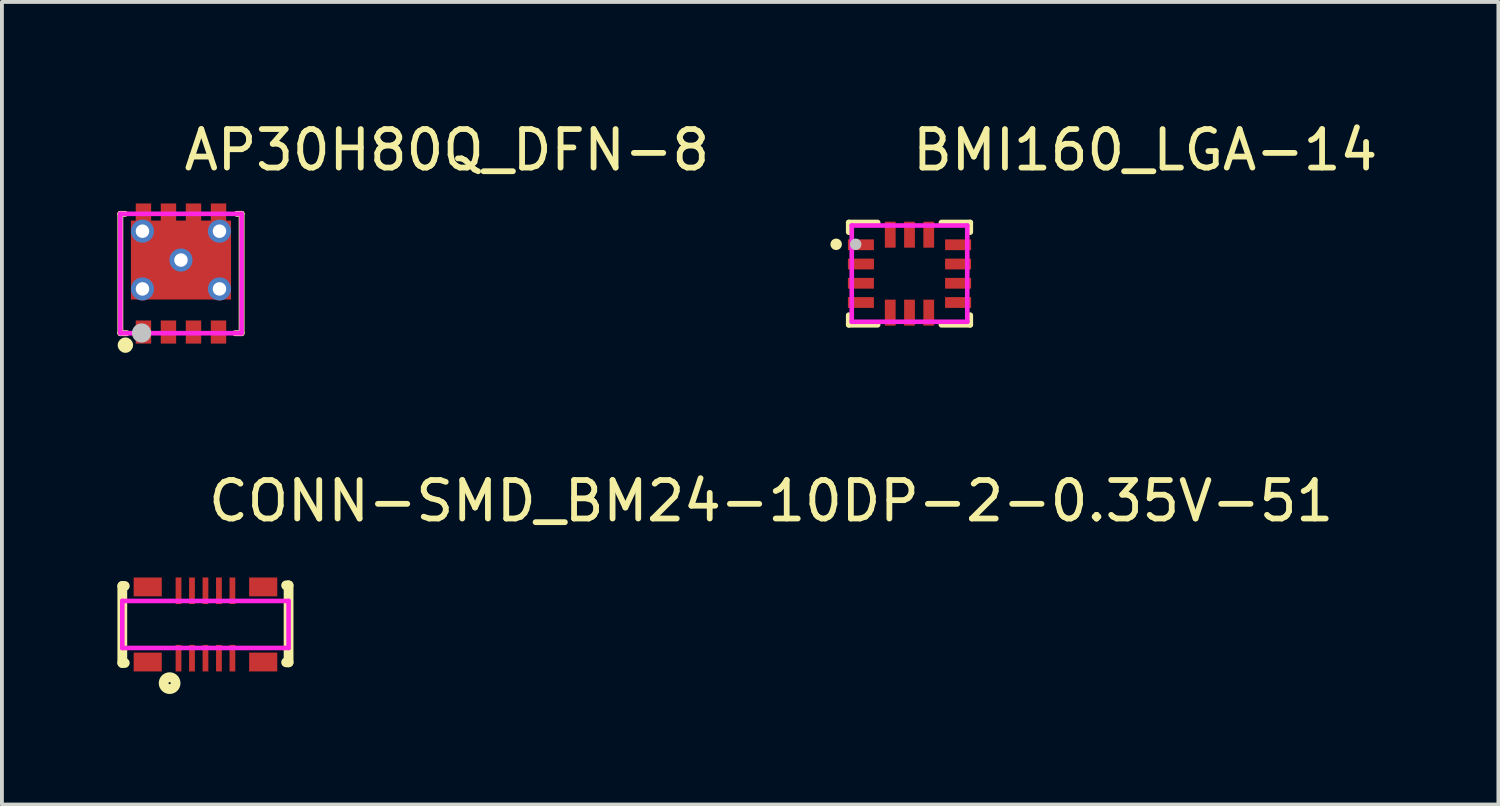
<source format=kicad_pcb>
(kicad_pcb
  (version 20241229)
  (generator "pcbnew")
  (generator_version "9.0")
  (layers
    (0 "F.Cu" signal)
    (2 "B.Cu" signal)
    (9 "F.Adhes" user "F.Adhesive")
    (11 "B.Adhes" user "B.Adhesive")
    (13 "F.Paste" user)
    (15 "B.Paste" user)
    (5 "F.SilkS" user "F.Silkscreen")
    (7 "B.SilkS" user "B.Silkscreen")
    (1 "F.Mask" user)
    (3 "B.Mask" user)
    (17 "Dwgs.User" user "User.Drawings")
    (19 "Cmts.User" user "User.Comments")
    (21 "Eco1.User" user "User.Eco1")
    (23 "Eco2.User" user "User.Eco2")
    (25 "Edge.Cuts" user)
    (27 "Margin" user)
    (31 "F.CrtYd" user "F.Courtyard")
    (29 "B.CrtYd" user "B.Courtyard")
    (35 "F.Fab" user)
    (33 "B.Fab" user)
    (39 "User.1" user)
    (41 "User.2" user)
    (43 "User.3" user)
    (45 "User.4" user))
  (footprint "CONN-SMD_BM24-10DP-2-0.35V-51"
    (layer "F.Cu")
    (at 2.287 13.171)
    (property "Reference" "CONN-SMD_BM24-10DP-2-0.35V-51" (at 0 -3.207 0) (layer "F.SilkS") (effects (font (size 1 1) (thickness 0.15)) (justify left)))
    (attr through_hole)
    (fp_line (start -2.16 -1) (end -2.16 1) (stroke (width 0.254) (type solid)) (layer "F.SilkS"))
    (fp_line (start -2.16 -1) (end -2.096 -1) (stroke (width 0.254) (type solid)) (layer "F.SilkS"))
    (fp_line (start -2.16 1) (end -2.096 1) (stroke (width 0.254) (type solid)) (layer "F.SilkS"))
    (fp_line (start 2.095 -1.016) (end 2.159 -1.016) (stroke (width 0.254) (type solid)) (layer "F.SilkS"))
    (fp_line (start 2.095 0.984) (end 2.159 0.984) (stroke (width 0.254) (type solid)) (layer "F.SilkS"))
    (fp_line (start 2.159 -1.016) (end 2.159 0.984) (stroke (width 0.254) (type solid)) (layer "F.SilkS"))
    (fp_circle (center -0.931 1.524) (end -0.903 1.524) (stroke (width 0.254) (type solid)) (fill no) (layer "F.SilkS"))
    (fp_circle (center -2.16 1.01) (end -2.13 1.01) (stroke (width 0.06) (type solid)) (fill no) (layer "Eco2.User"))
    (fp_poly (pts (xy -1.715 -0.46) (xy -1.715 -0.96) (xy -1.285 -0.96) (xy -1.285 -0.46)) (stroke (width 0.12) (type solid)) (fill no) (layer "Eco2.User"))
    (fp_poly (pts (xy -1.285 0.46) (xy -1.285 0.96) (xy -1.715 0.96) (xy -1.715 0.46)) (stroke (width 0.12) (type solid)) (fill no) (layer "Eco2.User"))
    (fp_poly (pts (xy -0.76 -1.01) (xy -0.64 -1.01) (xy -0.64 -0.51) (xy -0.76 -0.51)) (stroke (width 0.12) (type solid)) (fill no) (layer "Eco2.User"))
    (fp_poly (pts (xy -0.76 0.51) (xy -0.64 0.51) (xy -0.64 1.01) (xy -0.76 1.01)) (stroke (width 0.12) (type solid)) (fill no) (layer "Eco2.User"))
    (fp_poly (pts (xy -0.41 -1.01) (xy -0.29 -1.01) (xy -0.29 -0.51) (xy -0.41 -0.51)) (stroke (width 0.12) (type solid)) (fill no) (layer "Eco2.User"))
    (fp_poly (pts (xy -0.41 0.51) (xy -0.29 0.51) (xy -0.29 1.01) (xy -0.41 1.01)) (stroke (width 0.12) (type solid)) (fill no) (layer "Eco2.User"))
    (fp_poly (pts (xy -0.06 -1.01) (xy 0.06 -1.01) (xy 0.06 -0.51) (xy -0.06 -0.51)) (stroke (width 0.12) (type solid)) (fill no) (layer "Eco2.User"))
    (fp_poly (pts (xy -0.06 0.51) (xy 0.06 0.51) (xy 0.06 1.01) (xy -0.06 1.01)) (stroke (width 0.12) (type solid)) (fill no) (layer "Eco2.User"))
    (fp_poly (pts (xy 0.29 -1.01) (xy 0.41 -1.01) (xy 0.41 -0.51) (xy 0.29 -0.51)) (stroke (width 0.12) (type solid)) (fill no) (layer "Eco2.User"))
    (fp_poly (pts (xy 0.29 0.51) (xy 0.41 0.51) (xy 0.41 1.01) (xy 0.29 1.01)) (stroke (width 0.12) (type solid)) (fill no) (layer "Eco2.User"))
    (fp_poly (pts (xy 0.64 -1.01) (xy 0.76 -1.01) (xy 0.76 -0.51) (xy 0.64 -0.51)) (stroke (width 0.12) (type solid)) (fill no) (layer "Eco2.User"))
    (fp_poly (pts (xy 0.64 0.51) (xy 0.76 0.51) (xy 0.76 1.01) (xy 0.64 1.01)) (stroke (width 0.12) (type solid)) (fill no) (layer "Eco2.User"))
    (fp_poly (pts (xy 1.285 -0.46) (xy 1.285 -0.96) (xy 1.715 -0.96) (xy 1.715 -0.46)) (stroke (width 0.12) (type solid)) (fill no) (layer "Eco2.User"))
    (fp_poly (pts (xy 1.285 0.96) (xy 1.285 0.46) (xy 1.715 0.46) (xy 1.715 0.96)) (stroke (width 0.12) (type solid)) (fill no) (layer "Eco2.User"))
    (fp_line (start -2.16 -0.61) (end 2.16 -0.61) (stroke (width 0.12) (type solid)) (layer "F.CrtYd"))
    (fp_line (start -2.16 0.61) (end -2.16 -0.61) (stroke (width 0.12) (type solid)) (layer "F.CrtYd"))
    (fp_line (start 2.16 -0.61) (end 2.16 0.61) (stroke (width 0.12) (type solid)) (layer "F.CrtYd"))
    (fp_line (start 2.16 0.61) (end -2.16 0.61) (stroke (width 0.12) (type solid)) (layer "F.CrtYd"))
    (pad "1" smd rect (at -0.7 0.875) (size 0.15 0.69) (layers "F.Cu" "F.Mask" "F.Paste"))
    (pad "2" smd rect (at -0.35 0.875) (size 0.15 0.69) (layers "F.Cu" "F.Mask" "F.Paste"))
    (pad "3" smd rect (at 0 0.875) (size 0.15 0.69) (layers "F.Cu" "F.Mask" "F.Paste"))
    (pad "4" smd rect (at 0.35 0.875) (size 0.15 0.69) (layers "F.Cu" "F.Mask" "F.Paste"))
    (pad "5" smd rect (at 0.7 0.875) (size 0.15 0.69) (layers "F.Cu" "F.Mask" "F.Paste"))
    (pad "6" smd rect (at 0.7 -0.875) (size 0.15 0.69) (layers "F.Cu" "F.Mask" "F.Paste"))
    (pad "7" smd rect (at 0.35 -0.875) (size 0.15 0.69) (layers "F.Cu" "F.Mask" "F.Paste"))
    (pad "8" smd rect (at 0 -0.875) (size 0.15 0.69) (layers "F.Cu" "F.Mask" "F.Paste"))
    (pad "9" smd rect (at -0.35 -0.875) (size 0.15 0.69) (layers "F.Cu" "F.Mask" "F.Paste"))
    (pad "10" smd rect (at -0.7 -0.875) (size 0.15 0.69) (layers "F.Cu" "F.Mask" "F.Paste"))
    (pad "11" smd rect (at 1.5 -0.975) (size 0.73 0.49) (layers "F.Cu" "F.Mask" "F.Paste"))
    (pad "12" smd rect (at 1.5 0.975) (size 0.73 0.49) (layers "F.Cu" "F.Mask" "F.Paste"))
    (pad "13" smd rect (at -1.5 0.975) (size 0.73 0.49) (layers "F.Cu" "F.Mask" "F.Paste"))
    (pad "14" smd rect (at -1.5 -0.975) (size 0.73 0.49) (layers "F.Cu" "F.Mask" "F.Paste")))
  (footprint "AP30H80Q_DFN-8"
    (layer "F.Cu")
    (at 1.651 4.055)
    (property "Reference" "AP30H80Q_DFN-8" (at 0 -3.207 0) (layer "F.SilkS") (effects (font (size 1 1) (thickness 0.15)) (justify left)))
    (attr through_hole)
    (fp_line (start -1.575 -1.55) (end -1.45 -1.55) (stroke (width 0.152) (type solid)) (layer "F.SilkS"))
    (fp_line (start -1.575 1.55) (end -1.575 -1.55) (stroke (width 0.152) (type solid)) (layer "F.SilkS"))
    (fp_line (start -1.406 1.55) (end -1.575 1.55) (stroke (width 0.152) (type solid)) (layer "F.SilkS"))
    (fp_line (start 1.45 -1.55) (end 1.576 -1.55) (stroke (width 0.152) (type solid)) (layer "F.SilkS"))
    (fp_line (start 1.575 -1.55) (end 1.575 1.55) (stroke (width 0.152) (type solid)) (layer "F.SilkS"))
    (fp_line (start 1.575 1.55) (end 1.406 1.55) (stroke (width 0.152) (type solid)) (layer "F.SilkS"))
    (fp_circle (center -1.444 1.86) (end -1.344 1.86) (stroke (width 0.2) (type solid)) (fill no) (layer "F.SilkS"))
    (fp_poly (pts (xy -1.174 1.22) (xy -0.775 1.22) (xy -0.775 1.82) (xy -1.175 1.82)) (stroke (width 0.12) (type solid)) (fill yes) (layer "F.Paste"))
    (fp_poly (pts (xy -0.524 1.22) (xy -0.125 1.22) (xy -0.125 1.82) (xy -0.525 1.82)) (stroke (width 0.12) (type solid)) (fill yes) (layer "F.Paste"))
    (fp_poly (pts (xy 0.126 1.22) (xy 0.525 1.22) (xy 0.525 1.82) (xy 0.125 1.82)) (stroke (width 0.12) (type solid)) (fill yes) (layer "F.Paste"))
    (fp_poly (pts (xy 0.776 1.22) (xy 1.175 1.22) (xy 1.175 1.82) (xy 0.775 1.82)) (stroke (width 0.12) (type solid)) (fill yes) (layer "F.Paste"))
    (fp_poly (pts (xy 1.175 -1.375) (xy 1.175 -1.82) (xy 0.775 -1.82) (xy 0.775 -1.375) (xy 0.525 -1.375) (xy 0.525 -1.82) (xy 0.125 -1.82) (xy 0.125 -1.375) (xy -0.125 -1.375) (xy -0.125 -1.82) (xy -0.525 -1.82) (xy -0.525 -1.375) (xy -0.775 -1.375) (xy -0.775 -1.82) (xy -1.175 -1.82) (xy -1.175 -1.375) (xy -1.3 -1.375) (xy -1.3 0.675) (xy 1.3 0.675) (xy 1.3 -1.375)) (stroke (width 0.12) (type solid)) (fill yes) (layer "F.Paste"))
    (fp_circle (center -1.023 1.545) (end -0.898 1.545) (stroke (width 0.25) (type solid)) (fill no) (layer "Dwgs.User"))
    (fp_circle (center -1.575 1.675) (end -1.545 1.675) (stroke (width 0.06) (type solid)) (fill no) (layer "Eco2.User"))
    (fp_poly (pts (xy -1.25 -1.275) (xy 1.24 -1.275) (xy 1.24 0.605) (xy -1.25 0.605)) (stroke (width 0.12) (type solid)) (fill no) (layer "Eco2.User"))
    (fp_poly (pts (xy -1.125 -1.675) (xy -0.825 -1.675) (xy -0.825 -1.275) (xy -1.125 -1.275)) (stroke (width 0.12) (type solid)) (fill no) (layer "Eco2.User"))
    (fp_poly (pts (xy -0.825 1.675) (xy -1.125 1.675) (xy -1.125 1.275) (xy -0.825 1.275)) (stroke (width 0.12) (type solid)) (fill no) (layer "Eco2.User"))
    (fp_poly (pts (xy -0.475 -1.675) (xy -0.175 -1.675) (xy -0.175 -1.275) (xy -0.475 -1.275)) (stroke (width 0.12) (type solid)) (fill no) (layer "Eco2.User"))
    (fp_poly (pts (xy -0.175 1.675) (xy -0.475 1.675) (xy -0.475 1.275) (xy -0.175 1.275)) (stroke (width 0.12) (type solid)) (fill no) (layer "Eco2.User"))
    (fp_poly (pts (xy 0.175 -1.675) (xy 0.475 -1.675) (xy 0.475 -1.275) (xy 0.175 -1.275)) (stroke (width 0.12) (type solid)) (fill no) (layer "Eco2.User"))
    (fp_poly (pts (xy 0.475 1.675) (xy 0.175 1.675) (xy 0.175 1.275) (xy 0.475 1.275)) (stroke (width 0.12) (type solid)) (fill no) (layer "Eco2.User"))
    (fp_poly (pts (xy 0.825 -1.675) (xy 1.125 -1.675) (xy 1.125 -1.275) (xy 0.825 -1.275)) (stroke (width 0.12) (type solid)) (fill no) (layer "Eco2.User"))
    (fp_poly (pts (xy 1.125 1.675) (xy 0.825 1.675) (xy 0.825 1.275) (xy 1.125 1.275)) (stroke (width 0.12) (type solid)) (fill no) (layer "Eco2.User"))
    (fp_line (start -1.575 -1.55) (end 1.575 -1.55) (stroke (width 0.12) (type solid)) (layer "F.CrtYd"))
    (fp_line (start -1.575 1.55) (end -1.575 -1.55) (stroke (width 0.12) (type solid)) (layer "F.CrtYd"))
    (fp_line (start 1.575 -1.55) (end 1.575 1.55) (stroke (width 0.12) (type solid)) (layer "F.CrtYd"))
    (fp_line (start 1.575 1.55) (end -1.575 1.55) (stroke (width 0.12) (type solid)) (layer "F.CrtYd"))
    (pad "1" smd rect (at -0.975 1.52 180) (size 0.4 0.6) (layers "F.Cu" "F.Mask" "F.Paste"))
    (pad "2" smd rect (at -0.325 1.52 180) (size 0.4 0.6) (layers "F.Cu" "F.Mask" "F.Paste"))
    (pad "3" smd rect (at 0.325 1.52 180) (size 0.4 0.6) (layers "F.Cu" "F.Mask" "F.Paste"))
    (pad "4" smd rect (at 0.975 1.52 180) (size 0.4 0.6) (layers "F.Cu" "F.Mask" "F.Paste"))
    (pad "5" smd rect (at 0.975 -1.52 180) (size 0.4 0.6) (layers "F.Cu" "F.Mask" "F.Paste"))
    (pad "6" smd rect (at 0.325 -1.52 180) (size 0.4 0.6) (layers "F.Cu" "F.Mask" "F.Paste"))
    (pad "7" smd rect (at -0.325 -1.52 180) (size 0.4 0.6) (layers "F.Cu" "F.Mask" "F.Paste"))
    (pad "8" smd rect (at -0.975 -1.52 180) (size 0.4 0.6) (layers "F.Cu" "F.Mask" "F.Paste"))
    (pad "9" thru_hole circle (at -1 -1.1) (size 0.6 0.6) (drill 0.35) (layers "*.Cu" "*.Mask"))
    (pad "9" thru_hole circle (at -1 0.4) (size 0.6 0.6) (drill 0.35) (layers "*.Cu" "*.Mask"))
    (pad "9" thru_hole circle (at 0 -0.35) (size 0.6 0.6) (drill 0.35) (layers "*.Cu" "*.Mask"))
    (pad "9" smd rect (at 0 -0.35) (size 2.6 2.05) (layers "F.Cu" "F.Mask" "F.Paste"))
    (pad "9" thru_hole circle (at 1 -1.1) (size 0.6 0.6) (drill 0.35) (layers "*.Cu" "*.Mask"))
    (pad "9" thru_hole circle (at 1 0.4) (size 0.6 0.6) (drill 0.35) (layers "*.Cu" "*.Mask")))
  (footprint "BMI160_LGA-14"
    (layer "F.Cu")
    (at 20.574 4.055)
    (property "Reference" "BMI160_LGA-14" (at 0 -3.207 0) (layer "F.SilkS") (effects (font (size 1 1) (thickness 0.15)) (justify left)))
    (attr through_hole)
    (fp_line (start -1.575 -1.323) (end -1.575 -1.077) (stroke (width 0.152) (type solid)) (layer "F.SilkS"))
    (fp_line (start -1.575 1.329) (end -1.575 1.084) (stroke (width 0.152) (type solid)) (layer "F.SilkS"))
    (fp_line (start -0.829 -1.323) (end -1.575 -1.323) (stroke (width 0.152) (type solid)) (layer "F.SilkS"))
    (fp_line (start -0.829 1.329) (end -1.575 1.329) (stroke (width 0.152) (type solid)) (layer "F.SilkS"))
    (fp_line (start 0.832 -1.323) (end 1.577 -1.323) (stroke (width 0.152) (type solid)) (layer "F.SilkS"))
    (fp_line (start 0.832 1.329) (end 1.577 1.329) (stroke (width 0.152) (type solid)) (layer "F.SilkS"))
    (fp_line (start 1.577 -1.323) (end 1.577 -1.077) (stroke (width 0.152) (type solid)) (layer "F.SilkS"))
    (fp_line (start 1.577 1.329) (end 1.577 1.084) (stroke (width 0.152) (type solid)) (layer "F.SilkS"))
    (fp_circle (center -1.904 -0.759) (end -1.829 -0.759) (stroke (width 0.15) (type solid)) (fill no) (layer "F.SilkS"))
    (fp_circle (center -1.396 -0.759) (end -1.321 -0.759) (stroke (width 0.15) (type solid)) (fill no) (layer "Dwgs.User"))
    (fp_circle (center -1.499 -1.247) (end -1.469 -1.247) (stroke (width 0.06) (type solid)) (fill no) (layer "Eco2.User"))
    (fp_poly (pts (xy -1.399 -0.872) (xy -0.924 -0.872) (xy -0.924 -0.622) (xy -1.399 -0.622)) (stroke (width 0.12) (type solid)) (fill no) (layer "Eco2.User"))
    (fp_poly (pts (xy -1.399 -0.372) (xy -0.924 -0.372) (xy -0.924 -0.122) (xy -1.399 -0.122)) (stroke (width 0.12) (type solid)) (fill no) (layer "Eco2.User"))
    (fp_poly (pts (xy -1.399 0.128) (xy -0.924 0.128) (xy -0.924 0.378) (xy -1.399 0.378)) (stroke (width 0.12) (type solid)) (fill no) (layer "Eco2.User"))
    (fp_poly (pts (xy -1.399 0.628) (xy -0.924 0.628) (xy -0.924 0.878) (xy -1.399 0.878)) (stroke (width 0.12) (type solid)) (fill no) (layer "Eco2.User"))
    (fp_poly (pts (xy -0.624 -1.147) (xy -0.374 -1.147) (xy -0.374 -0.672) (xy -0.624 -0.672)) (stroke (width 0.12) (type solid)) (fill no) (layer "Eco2.User"))
    (fp_poly (pts (xy -0.624 0.678) (xy -0.374 0.678) (xy -0.374 1.153) (xy -0.624 1.153)) (stroke (width 0.12) (type solid)) (fill no) (layer "Eco2.User"))
    (fp_poly (pts (xy -0.124 -1.147) (xy 0.126 -1.147) (xy 0.126 -0.672) (xy -0.124 -0.672)) (stroke (width 0.12) (type solid)) (fill no) (layer "Eco2.User"))
    (fp_poly (pts (xy -0.124 0.678) (xy 0.126 0.678) (xy 0.126 1.153) (xy -0.124 1.153)) (stroke (width 0.12) (type solid)) (fill no) (layer "Eco2.User"))
    (fp_poly (pts (xy 0.376 -1.147) (xy 0.626 -1.147) (xy 0.626 -0.672) (xy 0.376 -0.672)) (stroke (width 0.12) (type solid)) (fill no) (layer "Eco2.User"))
    (fp_poly (pts (xy 0.376 0.678) (xy 0.626 0.678) (xy 0.626 1.153) (xy 0.376 1.153)) (stroke (width 0.12) (type solid)) (fill no) (layer "Eco2.User"))
    (fp_poly (pts (xy 0.926 -0.872) (xy 1.401 -0.872) (xy 1.401 -0.622) (xy 0.926 -0.622)) (stroke (width 0.12) (type solid)) (fill no) (layer "Eco2.User"))
    (fp_poly (pts (xy 0.926 -0.372) (xy 1.401 -0.372) (xy 1.401 -0.122) (xy 0.926 -0.122)) (stroke (width 0.12) (type solid)) (fill no) (layer "Eco2.User"))
    (fp_poly (pts (xy 0.926 0.128) (xy 1.401 0.128) (xy 1.401 0.378) (xy 0.926 0.378)) (stroke (width 0.12) (type solid)) (fill no) (layer "Eco2.User"))
    (fp_poly (pts (xy 0.926 0.628) (xy 1.401 0.628) (xy 1.401 0.878) (xy 0.926 0.878)) (stroke (width 0.12) (type solid)) (fill no) (layer "Eco2.User"))
    (fp_line (start -1.499 -1.247) (end 1.501 -1.247) (stroke (width 0.12) (type solid)) (layer "F.CrtYd"))
    (fp_line (start -1.499 1.253) (end -1.499 -1.247) (stroke (width 0.12) (type solid)) (layer "F.CrtYd"))
    (fp_line (start 1.501 -1.247) (end 1.501 1.253) (stroke (width 0.12) (type solid)) (layer "F.CrtYd"))
    (fp_line (start 1.501 1.253) (end -1.499 1.253) (stroke (width 0.12) (type solid)) (layer "F.CrtYd"))
    (pad "1" smd rect (at -1.261 -0.747) (size 0.675 0.28) (layers "F.Cu" "F.Mask" "F.Paste"))
    (pad "2" smd rect (at -1.261 -0.247) (size 0.675 0.28) (layers "F.Cu" "F.Mask" "F.Paste"))
    (pad "3" smd rect (at -1.261 0.253) (size 0.675 0.28) (layers "F.Cu" "F.Mask" "F.Paste"))
    (pad "4" smd rect (at -1.261 0.753) (size 0.675 0.28) (layers "F.Cu" "F.Mask" "F.Paste"))
    (pad "5" smd rect (at -0.499 1.016) (size 0.28 0.675) (layers "F.Cu" "F.Mask" "F.Paste"))
    (pad "6" smd rect (at 0.001 1.016) (size 0.28 0.675) (layers "F.Cu" "F.Mask" "F.Paste"))
    (pad "7" smd rect (at 0.501 1.016) (size 0.28 0.675) (layers "F.Cu" "F.Mask" "F.Paste"))
    (pad "8" smd rect (at 1.263 0.753) (size 0.675 0.28) (layers "F.Cu" "F.Mask" "F.Paste"))
    (pad "9" smd rect (at 1.263 0.253) (size 0.675 0.28) (layers "F.Cu" "F.Mask" "F.Paste"))
    (pad "10" smd rect (at 1.263 -0.247) (size 0.675 0.28) (layers "F.Cu" "F.Mask" "F.Paste"))
    (pad "11" smd rect (at 1.263 -0.747) (size 0.675 0.28) (layers "F.Cu" "F.Mask" "F.Paste"))
    (pad "12" smd rect (at 0.501 -1.009) (size 0.28 0.675) (layers "F.Cu" "F.Mask" "F.Paste"))
    (pad "13" smd rect (at 0.001 -1.009) (size 0.28 0.675) (layers "F.Cu" "F.Mask" "F.Paste"))
    (pad "14" smd rect (at -0.499 -1.009) (size 0.28 0.675) (layers "F.Cu" "F.Mask" "F.Paste")))
  (gr_rect
    (start -3 -3)
    (end 35.872 17.849)
    (stroke (width 0.1) (type default))
    (fill no)
    (layer "Edge.Cuts")))
</source>
